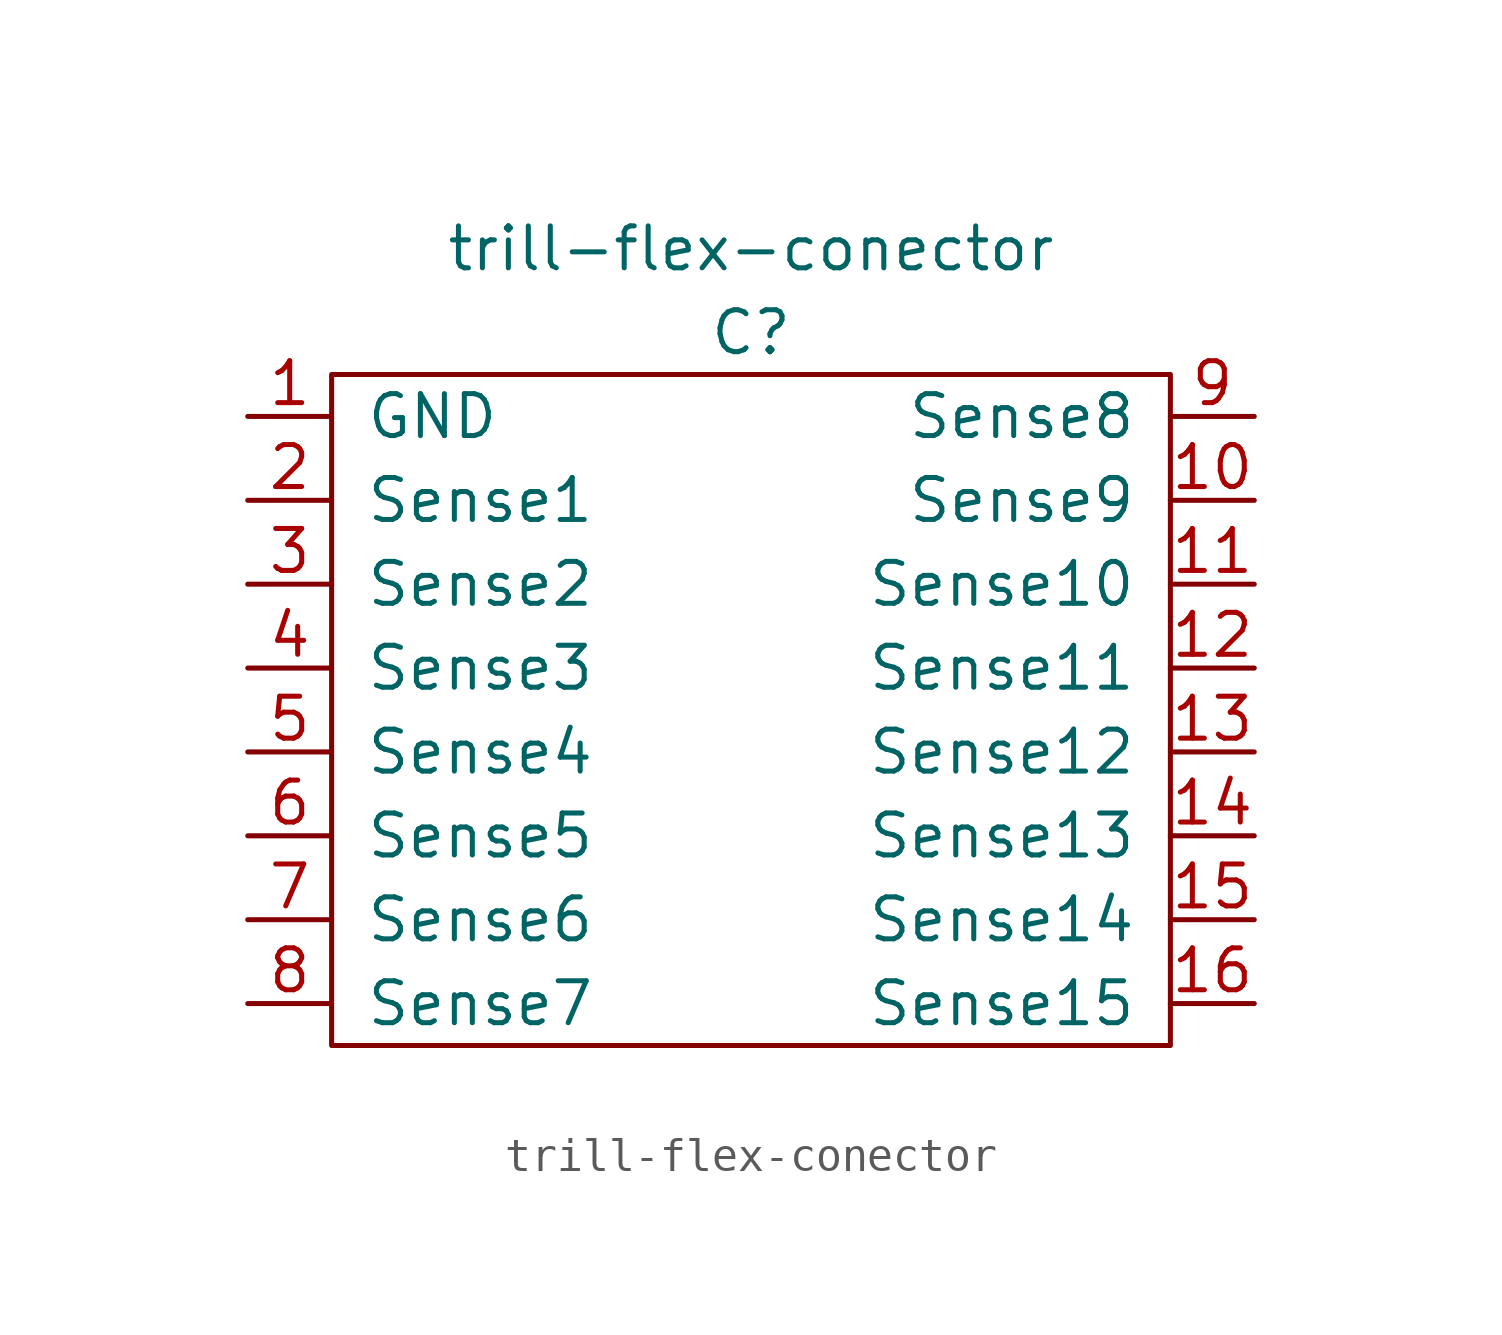
<source format=kicad_sym>
(kicad_symbol_lib
  (version 20220914)
  (generator kicad_symbol_editor)
  (symbol "trill-flex-conector"
    (pin_names
      (offset 1.016))
    (property "Reference" "C"
      (at 0 0 0)
      (effects (font (size 1.27 1.27))))
    (property "Value" "trill-flex-conector"
      (at 0 2.54 0)
      (effects (font (size 1.27 1.27))))
    (symbol "trill-flex-conector_0_1"
      (rectangle (start -12.7 -1.27) (end 12.7 -21.59) (stroke (width 0) (type solid)) (fill (type none))))
    (symbol "trill-flex-conector_1_1"
      (pin input line (at -15.24 -2.54 0) (length 2.54) (name "GND" (effects (font (size 1.27 1.27)))) (number "1" (effects (font (size 1.27 1.27)))))
      (pin input line (at 15.24 -5.08 180) (length 2.54) (name "Sense9" (effects (font (size 1.27 1.27)))) (number "10" (effects (font (size 1.27 1.27)))))
      (pin input line (at 15.24 -7.62 180) (length 2.54) (name "Sense10" (effects (font (size 1.27 1.27)))) (number "11" (effects (font (size 1.27 1.27)))))
      (pin input line (at 15.24 -10.16 180) (length 2.54) (name "Sense11" (effects (font (size 1.27 1.27)))) (number "12" (effects (font (size 1.27 1.27)))))
      (pin input line (at 15.24 -12.7 180) (length 2.54) (name "Sense12" (effects (font (size 1.27 1.27)))) (number "13" (effects (font (size 1.27 1.27)))))
      (pin input line (at 15.24 -15.24 180) (length 2.54) (name "Sense13" (effects (font (size 1.27 1.27)))) (number "14" (effects (font (size 1.27 1.27)))))
      (pin input line (at 15.24 -17.78 180) (length 2.54) (name "Sense14" (effects (font (size 1.27 1.27)))) (number "15" (effects (font (size 1.27 1.27)))))
      (pin input line (at 15.24 -20.32 180) (length 2.54) (name "Sense15" (effects (font (size 1.27 1.27)))) (number "16" (effects (font (size 1.27 1.27)))))
      (pin input line (at -15.24 -5.08 0) (length 2.54) (name "Sense1" (effects (font (size 1.27 1.27)))) (number "2" (effects (font (size 1.27 1.27)))))
      (pin input line (at -15.24 -7.62 0) (length 2.54) (name "Sense2" (effects (font (size 1.27 1.27)))) (number "3" (effects (font (size 1.27 1.27)))))
      (pin input line (at -15.24 -10.16 0) (length 2.54) (name "Sense3" (effects (font (size 1.27 1.27)))) (number "4" (effects (font (size 1.27 1.27)))))
      (pin input line (at -15.24 -12.7 0) (length 2.54) (name "Sense4" (effects (font (size 1.27 1.27)))) (number "5" (effects (font (size 1.27 1.27)))))
      (pin input line (at -15.24 -15.24 0) (length 2.54) (name "Sense5" (effects (font (size 1.27 1.27)))) (number "6" (effects (font (size 1.27 1.27)))))
      (pin input line (at -15.24 -17.78 0) (length 2.54) (name "Sense6" (effects (font (size 1.27 1.27)))) (number "7" (effects (font (size 1.27 1.27)))))
      (pin input line (at -15.24 -20.32 0) (length 2.54) (name "Sense7" (effects (font (size 1.27 1.27)))) (number "8" (effects (font (size 1.27 1.27)))))
      (pin input line (at 15.24 -2.54 180) (length 2.54) (name "Sense8" (effects (font (size 1.27 1.27)))) (number "9" (effects (font (size 1.27 1.27))))))))
</source>
